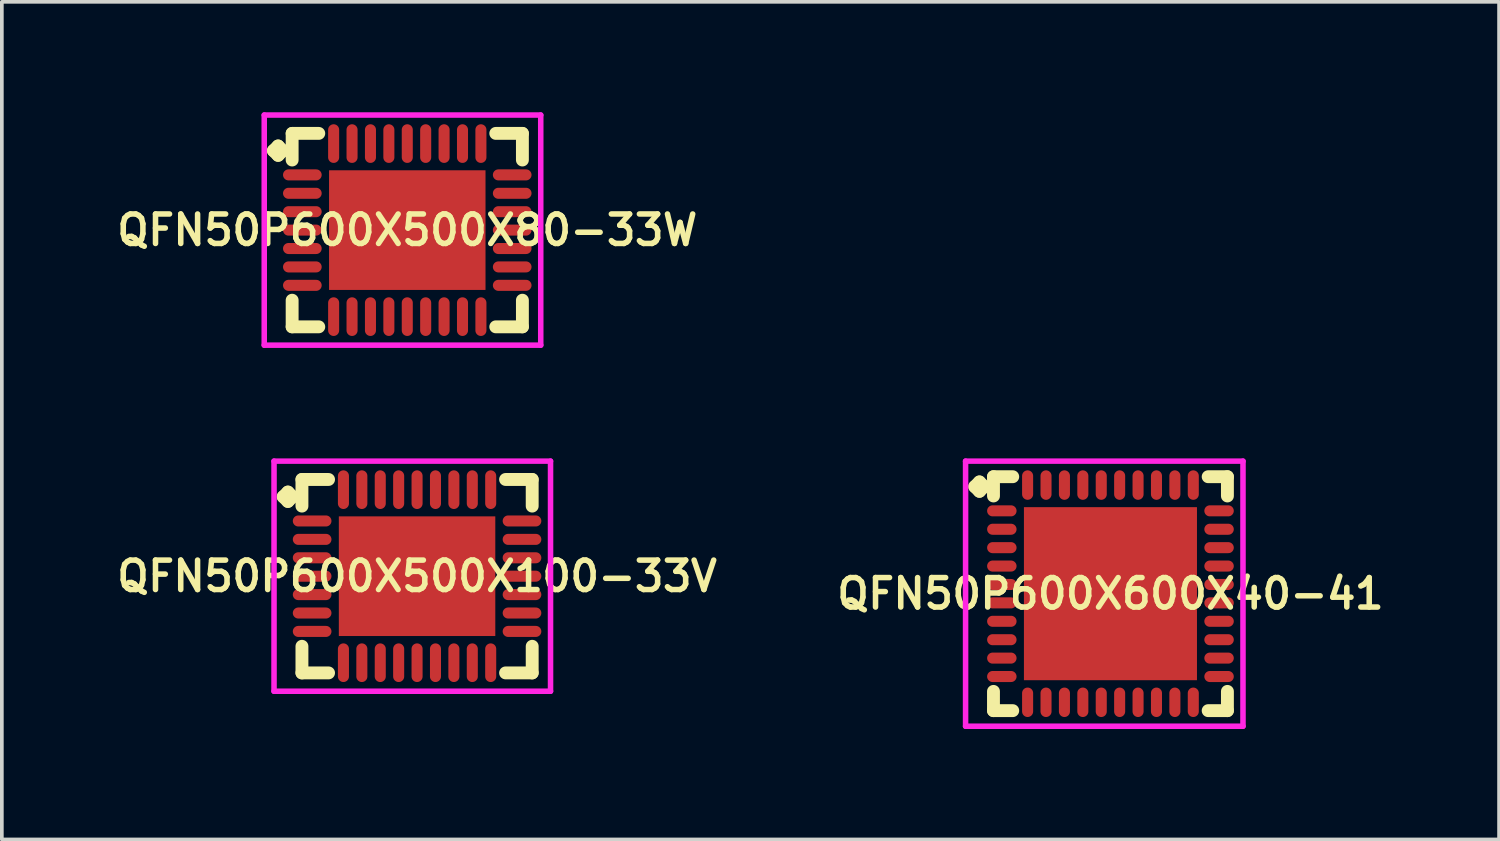
<source format=kicad_pcb>
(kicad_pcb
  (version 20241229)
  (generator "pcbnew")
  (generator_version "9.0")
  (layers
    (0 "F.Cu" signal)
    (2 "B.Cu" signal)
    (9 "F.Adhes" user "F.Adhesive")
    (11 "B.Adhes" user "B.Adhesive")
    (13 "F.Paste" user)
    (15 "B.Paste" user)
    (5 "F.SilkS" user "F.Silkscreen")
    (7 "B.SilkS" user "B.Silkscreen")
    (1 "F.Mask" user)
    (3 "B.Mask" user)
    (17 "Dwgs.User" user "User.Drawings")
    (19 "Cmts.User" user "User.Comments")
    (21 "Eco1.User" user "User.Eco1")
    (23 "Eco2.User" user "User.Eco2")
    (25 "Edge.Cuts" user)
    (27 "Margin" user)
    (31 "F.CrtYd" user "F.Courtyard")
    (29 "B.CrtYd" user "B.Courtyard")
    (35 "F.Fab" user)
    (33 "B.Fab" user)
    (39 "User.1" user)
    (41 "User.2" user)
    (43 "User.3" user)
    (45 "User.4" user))
  (footprint "QFN50P600X500X100-33V"
    (layer "F.Cu")
    (at 8.278 12.6)
    (property "Reference" "QFN50P600X500X100-33V" (at 0 0 0) (layer "F.SilkS") (effects (font (size 0.8 0.8) (thickness 0.15))))
    (attr through_hole)
    (fp_line (start -3.635 -2.158) (end -3.508 -2.285) (stroke (width 0.35) (type solid)) (layer "F.SilkS"))
    (fp_line (start -3.508 -2.285) (end -3.381 -2.158) (stroke (width 0.35) (type solid)) (layer "F.SilkS"))
    (fp_line (start -3.508 -2.031) (end -3.635 -2.158) (stroke (width 0.35) (type solid)) (layer "F.SilkS"))
    (fp_line (start -3.381 -2.158) (end -3.508 -2.031) (stroke (width 0.35) (type solid)) (layer "F.SilkS"))
    (fp_line (start -3.127 -2.627) (end -2.404 -2.627) (stroke (width 0.35) (type solid)) (layer "F.SilkS"))
    (fp_line (start -3.127 -1.904) (end -3.127 -2.627) (stroke (width 0.35) (type solid)) (layer "F.SilkS"))
    (fp_line (start -3.127 1.904) (end -3.127 2.627) (stroke (width 0.35) (type solid)) (layer "F.SilkS"))
    (fp_line (start -3.127 2.627) (end -2.404 2.627) (stroke (width 0.35) (type solid)) (layer "F.SilkS"))
    (fp_line (start 2.404 -2.627) (end 3.127 -2.627) (stroke (width 0.35) (type solid)) (layer "F.SilkS"))
    (fp_line (start 2.404 2.627) (end 3.127 2.627) (stroke (width 0.35) (type solid)) (layer "F.SilkS"))
    (fp_line (start 3.127 -2.627) (end 3.127 -1.904) (stroke (width 0.35) (type solid)) (layer "F.SilkS"))
    (fp_line (start 3.127 2.627) (end 3.127 1.904) (stroke (width 0.35) (type solid)) (layer "F.SilkS"))
    (fp_line (start -3.885 -3.125) (end 3.625 -3.125) (stroke (width 0.15) (type solid)) (layer "F.CrtYd"))
    (fp_line (start -3.885 3.125) (end -3.885 -3.125) (stroke (width 0.15) (type solid)) (layer "F.CrtYd"))
    (fp_line (start 3.625 -3.125) (end 3.625 3.125) (stroke (width 0.15) (type solid)) (layer "F.CrtYd"))
    (fp_line (start 3.625 3.125) (end -3.885 3.125) (stroke (width 0.15) (type solid)) (layer "F.CrtYd"))
    (pad "1" smd oval (at -2.85 -1.5) (size 1.05 0.3) (layers "F.Cu" "F.Mask" "F.Paste"))
    (pad "2" smd oval (at -2.85 -1) (size 1.05 0.3) (layers "F.Cu" "F.Mask" "F.Paste"))
    (pad "3" smd oval (at -2.85 -0.5) (size 1.05 0.3) (layers "F.Cu" "F.Mask" "F.Paste"))
    (pad "4" smd oval (at -2.85 0) (size 1.05 0.3) (layers "F.Cu" "F.Mask" "F.Paste"))
    (pad "5" smd oval (at -2.85 0.5) (size 1.05 0.3) (layers "F.Cu" "F.Mask" "F.Paste"))
    (pad "6" smd oval (at -2.85 1) (size 1.05 0.3) (layers "F.Cu" "F.Mask" "F.Paste"))
    (pad "7" smd oval (at -2.85 1.5) (size 1.05 0.3) (layers "F.Cu" "F.Mask" "F.Paste"))
    (pad "8" smd oval (at -2 2.35) (size 0.3 1.05) (layers "F.Cu" "F.Mask" "F.Paste"))
    (pad "9" smd oval (at -1.5 2.35) (size 0.3 1.05) (layers "F.Cu" "F.Mask" "F.Paste"))
    (pad "10" smd oval (at -1 2.35) (size 0.3 1.05) (layers "F.Cu" "F.Mask" "F.Paste"))
    (pad "11" smd oval (at -0.5 2.35) (size 0.3 1.05) (layers "F.Cu" "F.Mask" "F.Paste"))
    (pad "12" smd oval (at 0 2.35) (size 0.3 1.05) (layers "F.Cu" "F.Mask" "F.Paste"))
    (pad "13" smd oval (at 0.5 2.35) (size 0.3 1.05) (layers "F.Cu" "F.Mask" "F.Paste"))
    (pad "14" smd oval (at 1 2.35) (size 0.3 1.05) (layers "F.Cu" "F.Mask" "F.Paste"))
    (pad "15" smd oval (at 1.5 2.35) (size 0.3 1.05) (layers "F.Cu" "F.Mask" "F.Paste"))
    (pad "16" smd oval (at 2 2.35) (size 0.3 1.05) (layers "F.Cu" "F.Mask" "F.Paste"))
    (pad "17" smd oval (at 2.85 1.5) (size 1.05 0.3) (layers "F.Cu" "F.Mask" "F.Paste"))
    (pad "18" smd oval (at 2.85 1) (size 1.05 0.3) (layers "F.Cu" "F.Mask" "F.Paste"))
    (pad "19" smd oval (at 2.85 0.5) (size 1.05 0.3) (layers "F.Cu" "F.Mask" "F.Paste"))
    (pad "20" smd oval (at 2.85 0) (size 1.05 0.3) (layers "F.Cu" "F.Mask" "F.Paste"))
    (pad "21" smd oval (at 2.85 -0.5) (size 1.05 0.3) (layers "F.Cu" "F.Mask" "F.Paste"))
    (pad "22" smd oval (at 2.85 -1) (size 1.05 0.3) (layers "F.Cu" "F.Mask" "F.Paste"))
    (pad "23" smd oval (at 2.85 -1.5) (size 1.05 0.3) (layers "F.Cu" "F.Mask" "F.Paste"))
    (pad "24" smd oval (at 2 -2.35) (size 0.3 1.05) (layers "F.Cu" "F.Mask" "F.Paste"))
    (pad "25" smd oval (at 1.5 -2.35) (size 0.3 1.05) (layers "F.Cu" "F.Mask" "F.Paste"))
    (pad "26" smd oval (at 1 -2.35) (size 0.3 1.05) (layers "F.Cu" "F.Mask" "F.Paste"))
    (pad "27" smd oval (at 0.5 -2.35) (size 0.3 1.05) (layers "F.Cu" "F.Mask" "F.Paste"))
    (pad "28" smd oval (at 0 -2.35) (size 0.3 1.05) (layers "F.Cu" "F.Mask" "F.Paste"))
    (pad "29" smd oval (at -0.5 -2.35) (size 0.3 1.05) (layers "F.Cu" "F.Mask" "F.Paste"))
    (pad "30" smd oval (at -1 -2.35) (size 0.3 1.05) (layers "F.Cu" "F.Mask" "F.Paste"))
    (pad "31" smd oval (at -1.5 -2.35) (size 0.3 1.05) (layers "F.Cu" "F.Mask" "F.Paste"))
    (pad "32" smd oval (at -2 -2.35) (size 0.3 1.05) (layers "F.Cu" "F.Mask" "F.Paste"))
    (pad "33" smd rect (at 0 0) (size 4.25 3.25) (layers "F.Cu" "F.Mask" "F.Paste")))
  (footprint "QFN50P600X600X40-41"
    (layer "F.Cu")
    (at 27.111 13.075)
    (property "Reference" "QFN50P600X600X40-41" (at 0 0 0) (layer "F.SilkS") (effects (font (size 0.8 0.8) (thickness 0.15))))
    (attr through_hole)
    (fp_line (start -3.685 -2.908) (end -3.558 -3.035) (stroke (width 0.35) (type solid)) (layer "F.SilkS"))
    (fp_line (start -3.558 -3.035) (end -3.431 -2.908) (stroke (width 0.35) (type solid)) (layer "F.SilkS"))
    (fp_line (start -3.558 -2.781) (end -3.685 -2.908) (stroke (width 0.35) (type solid)) (layer "F.SilkS"))
    (fp_line (start -3.431 -2.908) (end -3.558 -2.781) (stroke (width 0.35) (type solid)) (layer "F.SilkS"))
    (fp_line (start -3.177 -3.177) (end -2.654 -3.177) (stroke (width 0.35) (type solid)) (layer "F.SilkS"))
    (fp_line (start -3.177 -2.654) (end -3.177 -3.177) (stroke (width 0.35) (type solid)) (layer "F.SilkS"))
    (fp_line (start -3.177 2.654) (end -3.177 3.177) (stroke (width 0.35) (type solid)) (layer "F.SilkS"))
    (fp_line (start -3.177 3.177) (end -2.654 3.177) (stroke (width 0.35) (type solid)) (layer "F.SilkS"))
    (fp_line (start 2.654 -3.177) (end 3.177 -3.177) (stroke (width 0.35) (type solid)) (layer "F.SilkS"))
    (fp_line (start 2.654 3.177) (end 3.177 3.177) (stroke (width 0.35) (type solid)) (layer "F.SilkS"))
    (fp_line (start 3.177 -3.177) (end 3.177 -2.654) (stroke (width 0.35) (type solid)) (layer "F.SilkS"))
    (fp_line (start 3.177 3.177) (end 3.177 2.654) (stroke (width 0.35) (type solid)) (layer "F.SilkS"))
    (fp_line (start -3.935 -3.6) (end 3.6 -3.6) (stroke (width 0.15) (type solid)) (layer "F.CrtYd"))
    (fp_line (start -3.935 3.6) (end -3.935 -3.6) (stroke (width 0.15) (type solid)) (layer "F.CrtYd"))
    (fp_line (start 3.6 -3.6) (end 3.6 3.6) (stroke (width 0.15) (type solid)) (layer "F.CrtYd"))
    (fp_line (start 3.6 3.6) (end -3.935 3.6) (stroke (width 0.15) (type solid)) (layer "F.CrtYd"))
    (pad "1" smd oval (at -2.95 -2.25) (size 0.8 0.3) (layers "F.Cu" "F.Mask" "F.Paste"))
    (pad "2" smd oval (at -2.95 -1.75) (size 0.8 0.3) (layers "F.Cu" "F.Mask" "F.Paste"))
    (pad "3" smd oval (at -2.95 -1.25) (size 0.8 0.3) (layers "F.Cu" "F.Mask" "F.Paste"))
    (pad "4" smd oval (at -2.95 -0.75) (size 0.8 0.3) (layers "F.Cu" "F.Mask" "F.Paste"))
    (pad "5" smd oval (at -2.95 -0.25) (size 0.8 0.3) (layers "F.Cu" "F.Mask" "F.Paste"))
    (pad "6" smd oval (at -2.95 0.25) (size 0.8 0.3) (layers "F.Cu" "F.Mask" "F.Paste"))
    (pad "7" smd oval (at -2.95 0.75) (size 0.8 0.3) (layers "F.Cu" "F.Mask" "F.Paste"))
    (pad "8" smd oval (at -2.95 1.25) (size 0.8 0.3) (layers "F.Cu" "F.Mask" "F.Paste"))
    (pad "9" smd oval (at -2.95 1.75) (size 0.8 0.3) (layers "F.Cu" "F.Mask" "F.Paste"))
    (pad "10" smd oval (at -2.95 2.25) (size 0.8 0.3) (layers "F.Cu" "F.Mask" "F.Paste"))
    (pad "11" smd oval (at -2.25 2.95) (size 0.3 0.8) (layers "F.Cu" "F.Mask" "F.Paste"))
    (pad "12" smd oval (at -1.75 2.95) (size 0.3 0.8) (layers "F.Cu" "F.Mask" "F.Paste"))
    (pad "13" smd oval (at -1.25 2.95) (size 0.3 0.8) (layers "F.Cu" "F.Mask" "F.Paste"))
    (pad "14" smd oval (at -0.75 2.95) (size 0.3 0.8) (layers "F.Cu" "F.Mask" "F.Paste"))
    (pad "15" smd oval (at -0.25 2.95) (size 0.3 0.8) (layers "F.Cu" "F.Mask" "F.Paste"))
    (pad "16" smd oval (at 0.25 2.95) (size 0.3 0.8) (layers "F.Cu" "F.Mask" "F.Paste"))
    (pad "17" smd oval (at 0.75 2.95) (size 0.3 0.8) (layers "F.Cu" "F.Mask" "F.Paste"))
    (pad "18" smd oval (at 1.25 2.95) (size 0.3 0.8) (layers "F.Cu" "F.Mask" "F.Paste"))
    (pad "19" smd oval (at 1.75 2.95) (size 0.3 0.8) (layers "F.Cu" "F.Mask" "F.Paste"))
    (pad "20" smd oval (at 2.25 2.95) (size 0.3 0.8) (layers "F.Cu" "F.Mask" "F.Paste"))
    (pad "21" smd oval (at 2.95 2.25) (size 0.8 0.3) (layers "F.Cu" "F.Mask" "F.Paste"))
    (pad "22" smd oval (at 2.95 1.75) (size 0.8 0.3) (layers "F.Cu" "F.Mask" "F.Paste"))
    (pad "23" smd oval (at 2.95 1.25) (size 0.8 0.3) (layers "F.Cu" "F.Mask" "F.Paste"))
    (pad "24" smd oval (at 2.95 0.75) (size 0.8 0.3) (layers "F.Cu" "F.Mask" "F.Paste"))
    (pad "25" smd oval (at 2.95 0.25) (size 0.8 0.3) (layers "F.Cu" "F.Mask" "F.Paste"))
    (pad "26" smd oval (at 2.95 -0.25) (size 0.8 0.3) (layers "F.Cu" "F.Mask" "F.Paste"))
    (pad "27" smd oval (at 2.95 -0.75) (size 0.8 0.3) (layers "F.Cu" "F.Mask" "F.Paste"))
    (pad "28" smd oval (at 2.95 -1.25) (size 0.8 0.3) (layers "F.Cu" "F.Mask" "F.Paste"))
    (pad "29" smd oval (at 2.95 -1.75) (size 0.8 0.3) (layers "F.Cu" "F.Mask" "F.Paste"))
    (pad "30" smd oval (at 2.95 -2.25) (size 0.8 0.3) (layers "F.Cu" "F.Mask" "F.Paste"))
    (pad "31" smd oval (at 2.25 -2.95) (size 0.3 0.8) (layers "F.Cu" "F.Mask" "F.Paste"))
    (pad "32" smd oval (at 1.75 -2.95) (size 0.3 0.8) (layers "F.Cu" "F.Mask" "F.Paste"))
    (pad "33" smd oval (at 1.25 -2.95) (size 0.3 0.8) (layers "F.Cu" "F.Mask" "F.Paste"))
    (pad "34" smd oval (at 0.75 -2.95) (size 0.3 0.8) (layers "F.Cu" "F.Mask" "F.Paste"))
    (pad "35" smd oval (at 0.25 -2.95) (size 0.3 0.8) (layers "F.Cu" "F.Mask" "F.Paste"))
    (pad "36" smd oval (at -0.25 -2.95) (size 0.3 0.8) (layers "F.Cu" "F.Mask" "F.Paste"))
    (pad "37" smd oval (at -0.75 -2.95) (size 0.3 0.8) (layers "F.Cu" "F.Mask" "F.Paste"))
    (pad "38" smd oval (at -1.25 -2.95) (size 0.3 0.8) (layers "F.Cu" "F.Mask" "F.Paste"))
    (pad "39" smd oval (at -1.75 -2.95) (size 0.3 0.8) (layers "F.Cu" "F.Mask" "F.Paste"))
    (pad "40" smd oval (at -2.25 -2.95) (size 0.3 0.8) (layers "F.Cu" "F.Mask" "F.Paste"))
    (pad "41" smd rect (at 0 0) (size 4.7 4.7) (layers "F.Cu" "F.Mask" "F.Paste")))
  (footprint "QFN50P600X500X80-33W"
    (layer "F.Cu")
    (at 8.012 3.2)
    (property "Reference" "QFN50P600X500X80-33W" (at 0 0 0) (layer "F.SilkS") (effects (font (size 0.8 0.8) (thickness 0.15))))
    (attr smd)
    (fp_line (start -3.635 -2.158) (end -3.508 -2.285) (stroke (width 0.35) (type solid)) (layer "F.SilkS"))
    (fp_line (start -3.508 -2.285) (end -3.381 -2.158) (stroke (width 0.35) (type solid)) (layer "F.SilkS"))
    (fp_line (start -3.508 -2.031) (end -3.635 -2.158) (stroke (width 0.35) (type solid)) (layer "F.SilkS"))
    (fp_line (start -3.381 -2.158) (end -3.508 -2.031) (stroke (width 0.35) (type solid)) (layer "F.SilkS"))
    (fp_line (start -3.127 -2.627) (end -2.404 -2.627) (stroke (width 0.35) (type solid)) (layer "F.SilkS"))
    (fp_line (start -3.127 -1.904) (end -3.127 -2.627) (stroke (width 0.35) (type solid)) (layer "F.SilkS"))
    (fp_line (start -3.127 1.904) (end -3.127 2.627) (stroke (width 0.35) (type solid)) (layer "F.SilkS"))
    (fp_line (start -3.127 2.627) (end -2.404 2.627) (stroke (width 0.35) (type solid)) (layer "F.SilkS"))
    (fp_line (start 2.404 -2.627) (end 3.127 -2.627) (stroke (width 0.35) (type solid)) (layer "F.SilkS"))
    (fp_line (start 2.404 2.627) (end 3.127 2.627) (stroke (width 0.35) (type solid)) (layer "F.SilkS"))
    (fp_line (start 3.127 -2.627) (end 3.127 -1.904) (stroke (width 0.35) (type solid)) (layer "F.SilkS"))
    (fp_line (start 3.127 2.627) (end 3.127 1.904) (stroke (width 0.35) (type solid)) (layer "F.SilkS"))
    (fp_line (start -3.885 -3.125) (end 3.625 -3.125) (stroke (width 0.15) (type solid)) (layer "F.CrtYd"))
    (fp_line (start -3.885 3.125) (end -3.885 -3.125) (stroke (width 0.15) (type solid)) (layer "F.CrtYd"))
    (fp_line (start 3.625 -3.125) (end 3.625 3.125) (stroke (width 0.15) (type solid)) (layer "F.CrtYd"))
    (fp_line (start 3.625 3.125) (end -3.885 3.125) (stroke (width 0.15) (type solid)) (layer "F.CrtYd"))
    (pad "1" smd oval (at -2.85 -1.5) (size 1.05 0.3) (layers "F.Cu" "F.Mask" "F.Paste"))
    (pad "2" smd oval (at -2.85 -1) (size 1.05 0.3) (layers "F.Cu" "F.Mask" "F.Paste"))
    (pad "3" smd oval (at -2.85 -0.5) (size 1.05 0.3) (layers "F.Cu" "F.Mask" "F.Paste"))
    (pad "4" smd oval (at -2.85 0) (size 1.05 0.3) (layers "F.Cu" "F.Mask" "F.Paste"))
    (pad "5" smd oval (at -2.85 0.5) (size 1.05 0.3) (layers "F.Cu" "F.Mask" "F.Paste"))
    (pad "6" smd oval (at -2.85 1) (size 1.05 0.3) (layers "F.Cu" "F.Mask" "F.Paste"))
    (pad "7" smd oval (at -2.85 1.5) (size 1.05 0.3) (layers "F.Cu" "F.Mask" "F.Paste"))
    (pad "8" smd oval (at -2 2.35) (size 0.3 1.05) (layers "F.Cu" "F.Mask" "F.Paste"))
    (pad "9" smd oval (at -1.5 2.35) (size 0.3 1.05) (layers "F.Cu" "F.Mask" "F.Paste"))
    (pad "10" smd oval (at -1 2.35) (size 0.3 1.05) (layers "F.Cu" "F.Mask" "F.Paste"))
    (pad "11" smd oval (at -0.5 2.35) (size 0.3 1.05) (layers "F.Cu" "F.Mask" "F.Paste"))
    (pad "12" smd oval (at 0 2.35) (size 0.3 1.05) (layers "F.Cu" "F.Mask" "F.Paste"))
    (pad "13" smd oval (at 0.5 2.35) (size 0.3 1.05) (layers "F.Cu" "F.Mask" "F.Paste"))
    (pad "14" smd oval (at 1 2.35) (size 0.3 1.05) (layers "F.Cu" "F.Mask" "F.Paste"))
    (pad "15" smd oval (at 1.5 2.35) (size 0.3 1.05) (layers "F.Cu" "F.Mask" "F.Paste"))
    (pad "16" smd oval (at 2 2.35) (size 0.3 1.05) (layers "F.Cu" "F.Mask" "F.Paste"))
    (pad "17" smd oval (at 2.85 1.5) (size 1.05 0.3) (layers "F.Cu" "F.Mask" "F.Paste"))
    (pad "18" smd oval (at 2.85 1) (size 1.05 0.3) (layers "F.Cu" "F.Mask" "F.Paste"))
    (pad "19" smd oval (at 2.85 0.5) (size 1.05 0.3) (layers "F.Cu" "F.Mask" "F.Paste"))
    (pad "20" smd oval (at 2.85 0) (size 1.05 0.3) (layers "F.Cu" "F.Mask" "F.Paste"))
    (pad "21" smd oval (at 2.85 -0.5) (size 1.05 0.3) (layers "F.Cu" "F.Mask" "F.Paste"))
    (pad "22" smd oval (at 2.85 -1) (size 1.05 0.3) (layers "F.Cu" "F.Mask" "F.Paste"))
    (pad "23" smd oval (at 2.85 -1.5) (size 1.05 0.3) (layers "F.Cu" "F.Mask" "F.Paste"))
    (pad "24" smd oval (at 2 -2.35) (size 0.3 1.05) (layers "F.Cu" "F.Mask" "F.Paste"))
    (pad "25" smd oval (at 1.5 -2.35) (size 0.3 1.05) (layers "F.Cu" "F.Mask" "F.Paste"))
    (pad "26" smd oval (at 1 -2.35) (size 0.3 1.05) (layers "F.Cu" "F.Mask" "F.Paste"))
    (pad "27" smd oval (at 0.5 -2.35) (size 0.3 1.05) (layers "F.Cu" "F.Mask" "F.Paste"))
    (pad "28" smd oval (at 0 -2.35) (size 0.3 1.05) (layers "F.Cu" "F.Mask" "F.Paste"))
    (pad "29" smd oval (at -0.5 -2.35) (size 0.3 1.05) (layers "F.Cu" "F.Mask" "F.Paste"))
    (pad "30" smd oval (at -1 -2.35) (size 0.3 1.05) (layers "F.Cu" "F.Mask" "F.Paste"))
    (pad "31" smd oval (at -1.5 -2.35) (size 0.3 1.05) (layers "F.Cu" "F.Mask" "F.Paste"))
    (pad "32" smd oval (at -2 -2.35) (size 0.3 1.05) (layers "F.Cu" "F.Mask" "F.Paste"))
    (pad "33" smd rect (at 0 0) (size 4.25 3.25) (layers "F.Cu" "F.Mask" "F.Paste")))
  (gr_rect
    (start -3 -3)
    (end 37.666 19.75)
    (stroke (width 0.1) (type default))
    (fill no)
    (layer "Edge.Cuts")))
</source>
